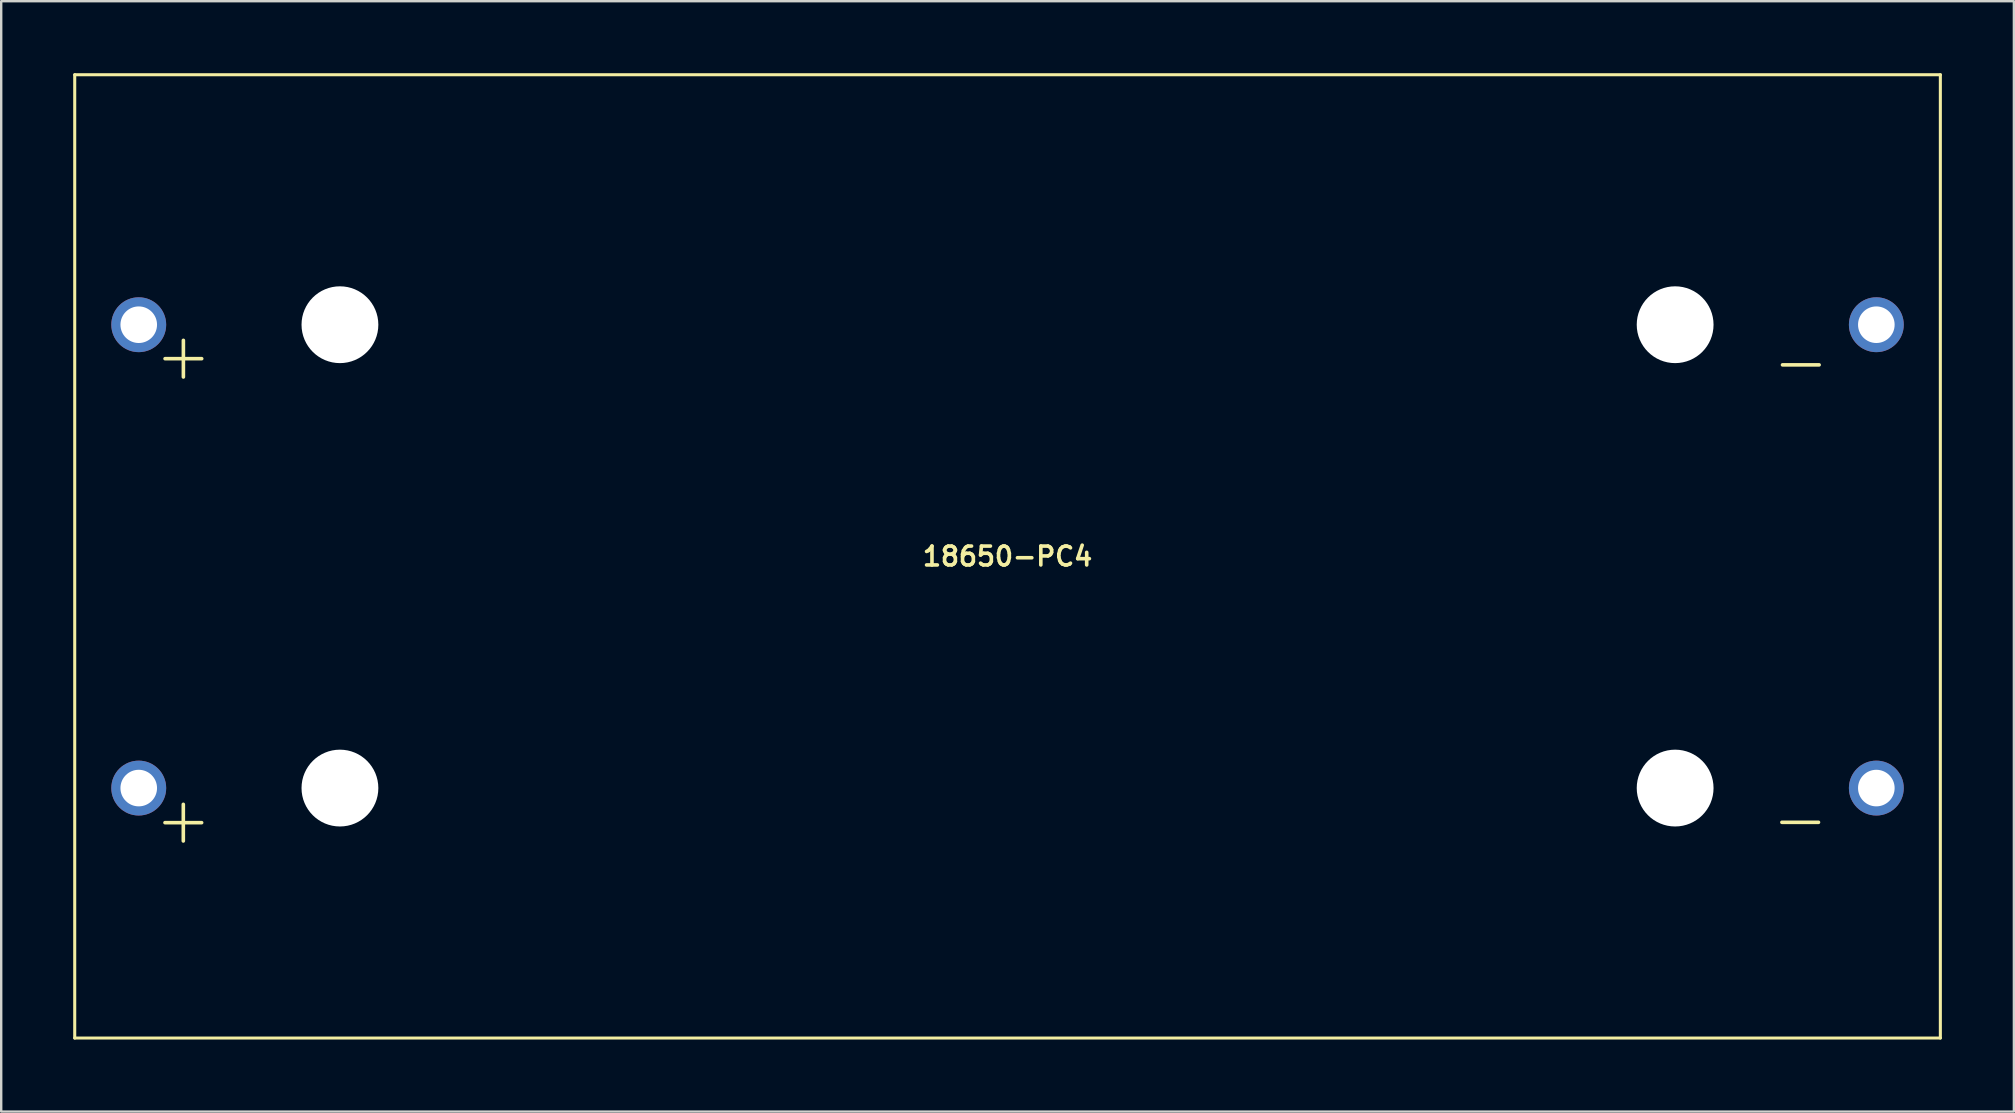
<source format=kicad_pcb>
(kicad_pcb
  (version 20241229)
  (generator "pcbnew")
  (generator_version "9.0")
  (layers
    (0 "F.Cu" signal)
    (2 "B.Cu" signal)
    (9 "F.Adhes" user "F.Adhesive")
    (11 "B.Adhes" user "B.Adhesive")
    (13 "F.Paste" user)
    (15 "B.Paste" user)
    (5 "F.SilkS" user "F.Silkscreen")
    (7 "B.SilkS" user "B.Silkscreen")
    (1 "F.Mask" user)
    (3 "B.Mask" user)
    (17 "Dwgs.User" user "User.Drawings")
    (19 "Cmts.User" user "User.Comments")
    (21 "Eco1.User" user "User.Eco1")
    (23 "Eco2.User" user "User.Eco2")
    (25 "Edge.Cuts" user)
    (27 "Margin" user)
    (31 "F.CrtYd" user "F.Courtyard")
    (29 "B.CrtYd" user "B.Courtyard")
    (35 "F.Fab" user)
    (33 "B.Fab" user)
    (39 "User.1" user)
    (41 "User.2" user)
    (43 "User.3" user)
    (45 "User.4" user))
  (footprint "18650-PC4"
    (layer "F.Cu")
    (at 38.925 20.13)
    (property "Reference" "18650-PC4" (at 0 0 0) (layer "F.SilkS") (effects (font (size 0.787 0.787) (thickness 0.15))))
    (attr through_hole)
    (fp_line (start -38.862 -20.066) (end -38.862 20.066) (stroke (width 0.127) (type solid)) (layer "F.SilkS"))
    (fp_line (start -38.862 -20.066) (end 38.862 -20.066) (stroke (width 0.127) (type solid)) (layer "F.SilkS"))
    (fp_line (start -38.862 20.066) (end 38.862 20.066) (stroke (width 0.127) (type solid)) (layer "F.SilkS"))
    (fp_line (start 38.862 -20.066) (end 38.862 20.066) (stroke (width 0.127) (type solid)) (layer "F.SilkS"))
    (fp_text user "+" (at -34.335 -8.393 0) (layer "F.SilkS") (effects (font (size 2.003 2.003) (thickness 0.15))))
    (fp_text user "-" (at 33.023 10.923 0) (layer "F.SilkS") (effects (font (size 2 2) (thickness 0.15))))
    (fp_text user "-" (at 33.049 -8.135 0) (layer "F.SilkS") (effects (font (size 2.002 2.002) (thickness 0.15))))
    (fp_text user "+" (at -34.338 10.937 0) (layer "F.SilkS") (effects (font (size 2.003 2.003) (thickness 0.15))))
    (pad "" np_thru_hole circle (at -27.813 -9.652) (size 3.2 3.2) (drill 3.2) (layers "*.Cu" "*.Mask"))
    (pad "" np_thru_hole circle (at -27.813 9.652) (size 3.2 3.2) (drill 3.2) (layers "*.Cu" "*.Mask"))
    (pad "" np_thru_hole circle (at 27.813 -9.652) (size 3.2 3.2) (drill 3.2) (layers "*.Cu" "*.Mask"))
    (pad "" np_thru_hole circle (at 27.813 9.652) (size 3.2 3.2) (drill 3.2) (layers "*.Cu" "*.Mask"))
    (pad "+1" thru_hole circle (at -36.195 -9.652) (size 2.286 2.286) (drill 1.524) (layers "*.Cu" "*.Mask"))
    (pad "+2" thru_hole circle (at -36.195 9.652) (size 2.286 2.286) (drill 1.524) (layers "*.Cu" "*.Mask"))
    (pad "-1" thru_hole circle (at 36.195 -9.652) (size 2.286 2.286) (drill 1.524) (layers "*.Cu" "*.Mask"))
    (pad "-2" thru_hole circle (at 36.195 9.652) (size 2.286 2.286) (drill 1.524) (layers "*.Cu" "*.Mask")))
  (gr_rect
    (start -3 -3)
    (end 80.851 43.259)
    (stroke (width 0.1) (type default))
    (fill no)
    (layer "Edge.Cuts")))
</source>
